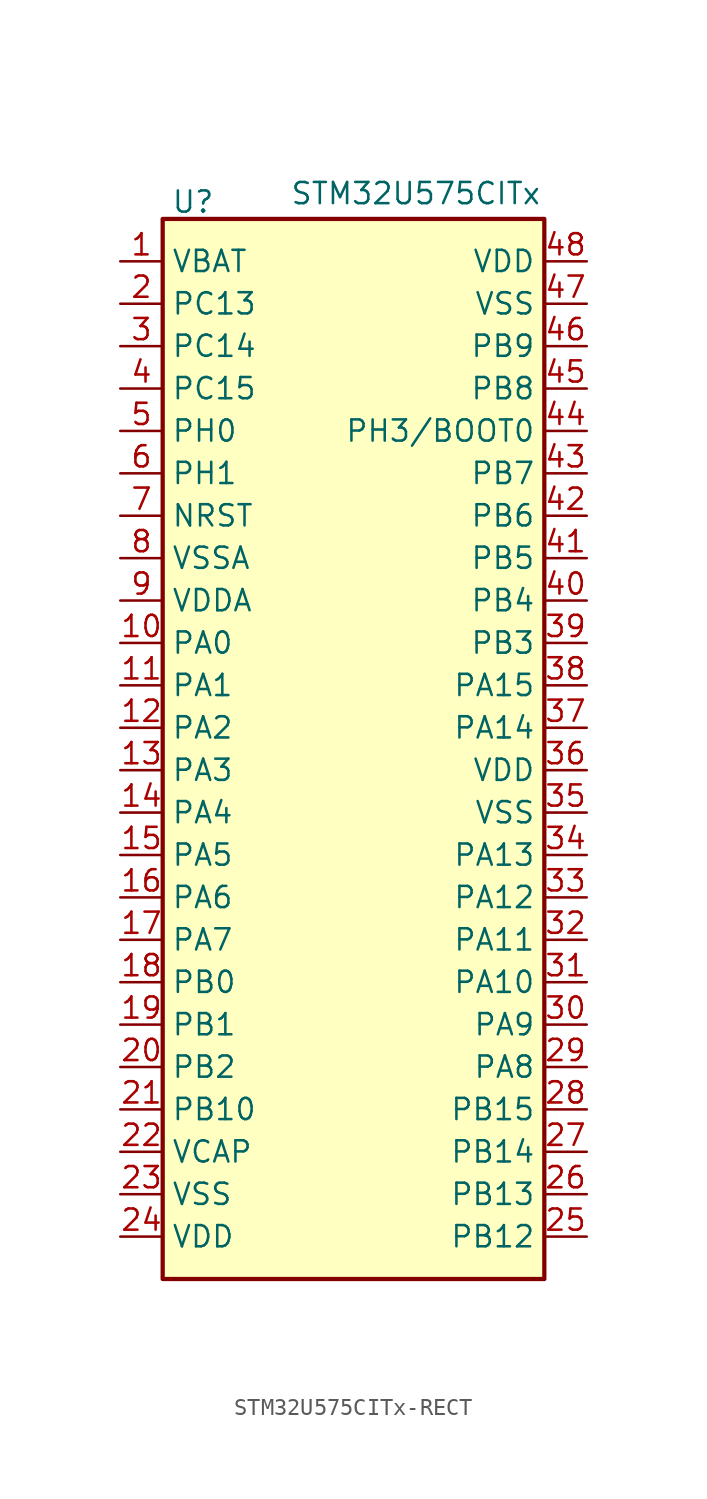
<source format=kicad_sym>
(kicad_symbol_lib
  (version 20241209)
  (generator "kicad_symbol_editor")
  (generator_version "9.0")
  (symbol "STM32U575CITx-RECT"
    (property "Reference" "U"
      (at -12.192 34.036 0)
      (effects (font (size 1.27 1.27)) (justify left)))
    (property "Value" "STM32U575CITx"
      (at -5.08 34.544 0)
      (effects (font (size 1.27 1.27)) (justify left)))
    (symbol "STM32U575CITx-RECT_0_1"
      (rectangle (start -12.7 33.02) (end 10.16 -30.48) (stroke (width 0.254) (type default)) (fill (type background))))
    (symbol "STM32U575CITx-RECT_1_1"
      (pin power_in line (at -15.24 30.48 0) (length 2.54) (name "VBAT" (effects (font (size 1.27 1.27)))) (number "1" (effects (font (size 1.27 1.27)))))
      (pin bidirectional line (at -15.24 27.94 0) (length 2.54) (name "PC13" (effects (font (size 1.27 1.27)))) (number "2" (effects (font (size 1.27 1.27)))) (alternate "PWR_WKUP2" bidirectional line) (alternate "RTC_OUT1" bidirectional line) (alternate "RTC_TS" bidirectional line) (alternate "TAMP_IN1" bidirectional line) (alternate "TAMP_OUT2" bidirectional line))
      (pin bidirectional line (at -15.24 25.4 0) (length 2.54) (name "PC14" (effects (font (size 1.27 1.27)))) (number "3" (effects (font (size 1.27 1.27)))) (alternate "RCC_OSC32_IN" bidirectional line))
      (pin bidirectional line (at -15.24 22.86 0) (length 2.54) (name "PC15" (effects (font (size 1.27 1.27)))) (number "4" (effects (font (size 1.27 1.27)))) (alternate "ADC1_EXTI15" bidirectional line) (alternate "ADC4_EXTI15" bidirectional line) (alternate "RCC_OSC32_OUT" bidirectional line))
      (pin bidirectional line (at -15.24 20.32 0) (length 2.54) (name "PH0" (effects (font (size 1.27 1.27)))) (number "5" (effects (font (size 1.27 1.27)))) (alternate "RCC_OSC_IN" bidirectional line))
      (pin bidirectional line (at -15.24 17.78 0) (length 2.54) (name "PH1" (effects (font (size 1.27 1.27)))) (number "6" (effects (font (size 1.27 1.27)))) (alternate "RCC_OSC_OUT" bidirectional line))
      (pin input line (at -15.24 15.24 0) (length 2.54) (name "NRST" (effects (font (size 1.27 1.27)))) (number "7" (effects (font (size 1.27 1.27)))))
      (pin power_in line (at -15.24 12.7 0) (length 2.54) (name "VSSA" (effects (font (size 1.27 1.27)))) (number "8" (effects (font (size 1.27 1.27)))))
      (pin power_in line (at -15.24 10.16 0) (length 2.54) (name "VDDA" (effects (font (size 1.27 1.27)))) (number "9" (effects (font (size 1.27 1.27)))))
      (pin bidirectional line (at -15.24 7.62 0) (length 2.54) (name "PA0" (effects (font (size 1.27 1.27)))) (number "10" (effects (font (size 1.27 1.27)))) (alternate "ADC1_IN5" bidirectional line) (alternate "AUDIOCLK" bidirectional line) (alternate "OCTOSPIM_P2_NCS" bidirectional line) (alternate "OPAMP1_VINP" bidirectional line) (alternate "PWR_WKUP1" bidirectional line) (alternate "SPI3_RDY" bidirectional line) (alternate "TAMP_IN2" bidirectional line) (alternate "TAMP_OUT1" bidirectional line) (alternate "TIM2_CH1" bidirectional line) (alternate "TIM2_ETR" bidirectional line) (alternate "TIM5_CH1" bidirectional line) (alternate "TIM8_ETR" bidirectional line) (alternate "UART4_TX" bidirectional line) (alternate "USART2_CTS" bidirectional line))
      (pin bidirectional line (at -15.24 5.08 0) (length 2.54) (name "PA1" (effects (font (size 1.27 1.27)))) (number "11" (effects (font (size 1.27 1.27)))) (alternate "ADC1_IN6" bidirectional line) (alternate "I2C1_SMBA" bidirectional line) (alternate "LPTIM1_CH2" bidirectional line) (alternate "OCTOSPIM_P1_DQS" bidirectional line) (alternate "OPAMP1_VINM" bidirectional line) (alternate "PWR_WKUP3" bidirectional line) (alternate "SPI1_SCK" bidirectional line) (alternate "TAMP_IN5" bidirectional line) (alternate "TAMP_OUT4" bidirectional line) (alternate "TIM15_CH1N" bidirectional line) (alternate "TIM2_CH2" bidirectional line) (alternate "TIM5_CH2" bidirectional line) (alternate "UART4_RX" bidirectional line) (alternate "USART2_DE" bidirectional line) (alternate "USART2_RTS" bidirectional line))
      (pin bidirectional line (at -15.24 2.54 0) (length 2.54) (name "PA2" (effects (font (size 1.27 1.27)))) (number "12" (effects (font (size 1.27 1.27)))) (alternate "ADC1_IN7" bidirectional line) (alternate "COMP1_INP" bidirectional line) (alternate "LPUART1_TX" bidirectional line) (alternate "OCTOSPIM_P1_NCS" bidirectional line) (alternate "PWR_WKUP4" bidirectional line) (alternate "RCC_LSCO" bidirectional line) (alternate "SPI1_RDY" bidirectional line) (alternate "TIM15_CH1" bidirectional line) (alternate "TIM2_CH3" bidirectional line) (alternate "TIM5_CH3" bidirectional line) (alternate "UCPD1_FRSTX1" bidirectional line) (alternate "USART2_TX" bidirectional line))
      (pin bidirectional line (at -15.24 0 0) (length 2.54) (name "PA3" (effects (font (size 1.27 1.27)))) (number "13" (effects (font (size 1.27 1.27)))) (alternate "ADC1_IN8" bidirectional line) (alternate "LPUART1_RX" bidirectional line) (alternate "OCTOSPIM_P1_CLK" bidirectional line) (alternate "OPAMP1_VOUT" bidirectional line) (alternate "PWR_WKUP5" bidirectional line) (alternate "SAI1_CK1" bidirectional line) (alternate "SAI1_MCLK_A" bidirectional line) (alternate "TIM15_CH2" bidirectional line) (alternate "TIM2_CH4" bidirectional line) (alternate "TIM5_CH4" bidirectional line) (alternate "USART2_RX" bidirectional line))
      (pin bidirectional line (at -15.24 -2.54 0) (length 2.54) (name "PA4" (effects (font (size 1.27 1.27)))) (number "14" (effects (font (size 1.27 1.27)))) (alternate "ADC1_IN9" bidirectional line) (alternate "ADC4_IN9" bidirectional line) (alternate "DAC1_OUT1" bidirectional line) (alternate "LPTIM2_CH1" bidirectional line) (alternate "OCTOSPIM_P1_NCS" bidirectional line) (alternate "PWR_WKUP2" bidirectional line) (alternate "SAI1_FS_B" bidirectional line) (alternate "SPI1_NSS" bidirectional line) (alternate "SPI3_NSS" bidirectional line) (alternate "USART2_CK" bidirectional line))
      (pin bidirectional line (at -15.24 -5.08 0) (length 2.54) (name "PA5" (effects (font (size 1.27 1.27)))) (number "15" (effects (font (size 1.27 1.27)))) (alternate "ADC1_IN10" bidirectional line) (alternate "ADC4_IN10" bidirectional line) (alternate "DAC1_OUT2" bidirectional line) (alternate "LPTIM2_ETR" bidirectional line) (alternate "PWR_CSLEEP" bidirectional line) (alternate "PWR_WKUP6" bidirectional line) (alternate "SPI1_SCK" bidirectional line) (alternate "TIM2_CH1" bidirectional line) (alternate "TIM2_ETR" bidirectional line) (alternate "TIM8_CH1N" bidirectional line) (alternate "USART3_RX" bidirectional line))
      (pin bidirectional line (at -15.24 -7.62 0) (length 2.54) (name "PA6" (effects (font (size 1.27 1.27)))) (number "16" (effects (font (size 1.27 1.27)))) (alternate "ADC1_IN11" bidirectional line) (alternate "ADC4_IN11" bidirectional line) (alternate "LPUART1_CTS" bidirectional line) (alternate "OCTOSPIM_P1_IO3" bidirectional line) (alternate "OPAMP2_VINP" bidirectional line) (alternate "PWR_CDSTOP" bidirectional line) (alternate "PWR_WKUP7" bidirectional line) (alternate "SPI1_MISO" bidirectional line) (alternate "TIM16_CH1" bidirectional line) (alternate "TIM1_BKIN" bidirectional line) (alternate "TIM3_CH1" bidirectional line) (alternate "TIM8_BKIN" bidirectional line) (alternate "USART3_CTS" bidirectional line))
      (pin bidirectional line (at -15.24 -10.16 0) (length 2.54) (name "PA7" (effects (font (size 1.27 1.27)))) (number "17" (effects (font (size 1.27 1.27)))) (alternate "ADC1_IN12" bidirectional line) (alternate "ADC4_IN20" bidirectional line) (alternate "I2C3_SCL" bidirectional line) (alternate "LPTIM2_CH2" bidirectional line) (alternate "OCTOSPIM_P1_IO2" bidirectional line) (alternate "OPAMP2_VINM" bidirectional line) (alternate "PWR_SRDSTOP" bidirectional line) (alternate "PWR_WKUP8" bidirectional line) (alternate "SPI1_MOSI" bidirectional line) (alternate "TIM17_CH1" bidirectional line) (alternate "TIM1_CH1N" bidirectional line) (alternate "TIM3_CH2" bidirectional line) (alternate "TIM8_CH1N" bidirectional line) (alternate "USART3_TX" bidirectional line))
      (pin bidirectional line (at -15.24 -12.7 0) (length 2.54) (name "PB0" (effects (font (size 1.27 1.27)))) (number "18" (effects (font (size 1.27 1.27)))) (alternate "ADC1_IN15" bidirectional line) (alternate "ADC4_IN18" bidirectional line) (alternate "AUDIOCLK" bidirectional line) (alternate "COMP1_OUT" bidirectional line) (alternate "LPTIM3_CH1" bidirectional line) (alternate "OCTOSPIM_P1_IO1" bidirectional line) (alternate "OPAMP2_VOUT" bidirectional line) (alternate "SPI1_NSS" bidirectional line) (alternate "TIM1_CH2N" bidirectional line) (alternate "TIM3_CH3" bidirectional line) (alternate "TIM8_CH2N" bidirectional line) (alternate "USART3_CK" bidirectional line))
      (pin bidirectional line (at -15.24 -15.24 0) (length 2.54) (name "PB1" (effects (font (size 1.27 1.27)))) (number "19" (effects (font (size 1.27 1.27)))) (alternate "ADC1_IN16" bidirectional line) (alternate "ADC4_IN19" bidirectional line) (alternate "COMP1_INM" bidirectional line) (alternate "LPTIM2_IN1" bidirectional line) (alternate "LPTIM3_CH2" bidirectional line) (alternate "LPUART1_DE" bidirectional line) (alternate "LPUART1_RTS" bidirectional line) (alternate "MDF1_SDI0" bidirectional line) (alternate "OCTOSPIM_P1_IO0" bidirectional line) (alternate "PWR_WKUP4" bidirectional line) (alternate "TIM1_CH3N" bidirectional line) (alternate "TIM3_CH4" bidirectional line) (alternate "TIM8_CH3N" bidirectional line) (alternate "USART3_DE" bidirectional line) (alternate "USART3_RTS" bidirectional line))
      (pin bidirectional line (at -15.24 -17.78 0) (length 2.54) (name "PB2" (effects (font (size 1.27 1.27)))) (number "20" (effects (font (size 1.27 1.27)))) (alternate "ADC1_IN17" bidirectional line) (alternate "COMP1_INP" bidirectional line) (alternate "I2C3_SMBA" bidirectional line) (alternate "LPTIM1_CH1" bidirectional line) (alternate "MDF1_CKI0" bidirectional line) (alternate "OCTOSPIM_P1_DQS" bidirectional line) (alternate "PWR_WKUP1" bidirectional line) (alternate "RTC_OUT2" bidirectional line) (alternate "SPI1_RDY" bidirectional line) (alternate "TIM8_CH4N" bidirectional line) (alternate "UCPD1_FRSTX1" bidirectional line))
      (pin bidirectional line (at -15.24 -20.32 0) (length 2.54) (name "PB10" (effects (font (size 1.27 1.27)))) (number "21" (effects (font (size 1.27 1.27)))) (alternate "COMP1_OUT" bidirectional line) (alternate "I2C2_SCL" bidirectional line) (alternate "I2C4_SCL" bidirectional line) (alternate "LPTIM3_CH1" bidirectional line) (alternate "LPUART1_RX" bidirectional line) (alternate "OCTOSPIM_P1_CLK" bidirectional line) (alternate "PWR_WKUP8" bidirectional line) (alternate "SAI1_SCK_A" bidirectional line) (alternate "SPI2_SCK" bidirectional line) (alternate "TIM2_CH3" bidirectional line) (alternate "TSC_SYNC" bidirectional line) (alternate "USART3_TX" bidirectional line))
      (pin power_out line (at -15.24 -22.86 0) (length 2.54) (name "VCAP" (effects (font (size 1.27 1.27)))) (number "22" (effects (font (size 1.27 1.27)))))
      (pin power_in line (at -15.24 -25.4 0) (length 2.54) (name "VSS" (effects (font (size 1.27 1.27)))) (number "23" (effects (font (size 1.27 1.27)))))
      (pin power_in line (at -15.24 -27.94 0) (length 2.54) (name "VDD" (effects (font (size 1.27 1.27)))) (number "24" (effects (font (size 1.27 1.27)))))
      (pin power_in line (at 12.7 30.48 180) (length 2.54) (name "VDD" (effects (font (size 1.27 1.27)))) (number "48" (effects (font (size 1.27 1.27)))))
      (pin power_in line (at 12.7 27.94 180) (length 2.54) (name "VSS" (effects (font (size 1.27 1.27)))) (number "47" (effects (font (size 1.27 1.27)))))
      (pin bidirectional line (at 12.7 25.4 180) (length 2.54) (name "PB9" (effects (font (size 1.27 1.27)))) (number "46" (effects (font (size 1.27 1.27)))) (alternate "DAC1_EXTI9" bidirectional line) (alternate "FDCAN1_TX" bidirectional line) (alternate "I2C1_SDA" bidirectional line) (alternate "IR_OUT" bidirectional line) (alternate "SAI1_D2" bidirectional line) (alternate "SAI1_FS_A" bidirectional line) (alternate "SPI2_NSS" bidirectional line) (alternate "TIM17_CH1" bidirectional line) (alternate "TIM4_CH4" bidirectional line))
      (pin bidirectional line (at 12.7 22.86 180) (length 2.54) (name "PB8" (effects (font (size 1.27 1.27)))) (number "45" (effects (font (size 1.27 1.27)))) (alternate "FDCAN1_RX" bidirectional line) (alternate "I2C1_SCL" bidirectional line) (alternate "MDF1_CCK0" bidirectional line) (alternate "PWR_WKUP5" bidirectional line) (alternate "SAI1_CK1" bidirectional line) (alternate "SAI1_MCLK_A" bidirectional line) (alternate "SPI3_RDY" bidirectional line) (alternate "TIM16_CH1" bidirectional line) (alternate "TIM4_CH3" bidirectional line))
      (pin bidirectional line (at 12.7 20.32 180) (length 2.54) (name "PH3/BOOT0" (effects (font (size 1.27 1.27)))) (number "44" (effects (font (size 1.27 1.27)))))
      (pin bidirectional line (at 12.7 17.78 180) (length 2.54) (name "PB7" (effects (font (size 1.27 1.27)))) (number "43" (effects (font (size 1.27 1.27)))) (alternate "COMP2_INM" bidirectional line) (alternate "I2C1_SDA" bidirectional line) (alternate "I2C4_SDA" bidirectional line) (alternate "LPTIM1_IN2" bidirectional line) (alternate "MDF1_CKI5" bidirectional line) (alternate "PWR_PVD_IN" bidirectional line) (alternate "PWR_WKUP4" bidirectional line) (alternate "TIM17_CH1N" bidirectional line) (alternate "TIM4_CH2" bidirectional line) (alternate "TIM8_BKIN" bidirectional line) (alternate "TSC_G2_IO4" bidirectional line) (alternate "UART4_CTS" bidirectional line) (alternate "USART1_RX" bidirectional line))
      (pin bidirectional line (at 12.7 15.24 180) (length 2.54) (name "PB6" (effects (font (size 1.27 1.27)))) (number "42" (effects (font (size 1.27 1.27)))) (alternate "COMP2_INP" bidirectional line) (alternate "I2C1_SCL" bidirectional line) (alternate "I2C4_SCL" bidirectional line) (alternate "LPTIM1_ETR" bidirectional line) (alternate "MDF1_SDI5" bidirectional line) (alternate "PWR_WKUP3" bidirectional line) (alternate "SAI1_FS_B" bidirectional line) (alternate "TIM16_CH1N" bidirectional line) (alternate "TIM4_CH1" bidirectional line) (alternate "TIM8_BKIN2" bidirectional line) (alternate "TSC_G2_IO3" bidirectional line) (alternate "USART1_TX" bidirectional line))
      (pin bidirectional line (at 12.7 12.7 180) (length 2.54) (name "PB5" (effects (font (size 1.27 1.27)))) (number "41" (effects (font (size 1.27 1.27)))) (alternate "COMP2_OUT" bidirectional line) (alternate "I2C1_SMBA" bidirectional line) (alternate "LPTIM1_IN1" bidirectional line) (alternate "OCTOSPIM_P1_NCLK" bidirectional line) (alternate "PWR_WKUP6" bidirectional line) (alternate "SAI1_SD_B" bidirectional line) (alternate "SPI1_MOSI" bidirectional line) (alternate "SPI3_MOSI" bidirectional line) (alternate "TIM16_BKIN" bidirectional line) (alternate "TIM3_CH2" bidirectional line) (alternate "TSC_G2_IO2" bidirectional line) (alternate "UCPD1_DBCC1" bidirectional line) (alternate "USART1_CK" bidirectional line))
      (pin bidirectional line (at 12.7 10.16 180) (length 2.54) (name "PB4" (effects (font (size 1.27 1.27)))) (number "40" (effects (font (size 1.27 1.27)))) (alternate "ADF1_SDI0" bidirectional line) (alternate "COMP2_INP" bidirectional line) (alternate "DEBUG_JTRST" bidirectional line) (alternate "I2C3_SDA" bidirectional line) (alternate "LPTIM1_CH2" bidirectional line) (alternate "SAI1_MCLK_B" bidirectional line) (alternate "SPI1_MISO" bidirectional line) (alternate "SPI3_MISO" bidirectional line) (alternate "TIM17_BKIN" bidirectional line) (alternate "TIM3_CH1" bidirectional line) (alternate "TSC_G2_IO1" bidirectional line) (alternate "USART1_CTS" bidirectional line))
      (pin bidirectional line (at 12.7 7.62 180) (length 2.54) (name "PB3" (effects (font (size 1.27 1.27)))) (number "39" (effects (font (size 1.27 1.27)))) (alternate "ADF1_CCK0" bidirectional line) (alternate "COMP2_INM" bidirectional line) (alternate "CRS_SYNC" bidirectional line) (alternate "DEBUG_JTDO-SWO" bidirectional line) (alternate "I2C1_SDA" bidirectional line) (alternate "LPTIM1_CH1" bidirectional line) (alternate "SAI1_SCK_B" bidirectional line) (alternate "SPI1_SCK" bidirectional line) (alternate "SPI3_SCK" bidirectional line) (alternate "TIM2_CH2" bidirectional line) (alternate "USART1_DE" bidirectional line) (alternate "USART1_RTS" bidirectional line))
      (pin bidirectional line (at 12.7 5.08 180) (length 2.54) (name "PA15" (effects (font (size 1.27 1.27)))) (number "38" (effects (font (size 1.27 1.27)))) (alternate "ADC1_EXTI15" bidirectional line) (alternate "ADC4_EXTI15" bidirectional line) (alternate "DEBUG_JTDI" bidirectional line) (alternate "SPI1_NSS" bidirectional line) (alternate "SPI3_NSS" bidirectional line) (alternate "TIM2_CH1" bidirectional line) (alternate "TIM2_ETR" bidirectional line) (alternate "UART4_DE" bidirectional line) (alternate "UART4_RTS" bidirectional line) (alternate "UCPD1_CC1" bidirectional line) (alternate "USART2_RX" bidirectional line) (alternate "USART3_DE" bidirectional line) (alternate "USART3_RTS" bidirectional line))
      (pin bidirectional line (at 12.7 2.54 180) (length 2.54) (name "PA14" (effects (font (size 1.27 1.27)))) (number "37" (effects (font (size 1.27 1.27)))) (alternate "DEBUG_JTCK-SWCLK" bidirectional line) (alternate "I2C1_SMBA" bidirectional line) (alternate "I2C4_SMBA" bidirectional line) (alternate "LPTIM1_CH1" bidirectional line) (alternate "SAI1_FS_B" bidirectional line) (alternate "USB_OTG_FS_SOF" bidirectional line))
      (pin power_in line (at 12.7 0 180) (length 2.54) (name "VDD" (effects (font (size 1.27 1.27)))) (number "36" (effects (font (size 1.27 1.27)))))
      (pin power_in line (at 12.7 -2.54 180) (length 2.54) (name "VSS" (effects (font (size 1.27 1.27)))) (number "35" (effects (font (size 1.27 1.27)))))
      (pin bidirectional line (at 12.7 -5.08 180) (length 2.54) (name "PA13" (effects (font (size 1.27 1.27)))) (number "34" (effects (font (size 1.27 1.27)))) (alternate "DEBUG_JTMS-SWDIO" bidirectional line) (alternate "IR_OUT" bidirectional line) (alternate "SAI1_SD_B" bidirectional line) (alternate "USB_OTG_FS_NOE" bidirectional line))
      (pin bidirectional line (at 12.7 -7.62 180) (length 2.54) (name "PA12" (effects (font (size 1.27 1.27)))) (number "33" (effects (font (size 1.27 1.27)))) (alternate "FDCAN1_TX" bidirectional line) (alternate "OCTOSPIM_P2_NCS" bidirectional line) (alternate "SPI1_MOSI" bidirectional line) (alternate "TIM1_ETR" bidirectional line) (alternate "USART1_DE" bidirectional line) (alternate "USART1_RTS" bidirectional line) (alternate "USB_OTG_FS_DP" bidirectional line))
      (pin bidirectional line (at 12.7 -10.16 180) (length 2.54) (name "PA11" (effects (font (size 1.27 1.27)))) (number "32" (effects (font (size 1.27 1.27)))) (alternate "ADC1_EXTI11" bidirectional line) (alternate "FDCAN1_RX" bidirectional line) (alternate "SPI1_MISO" bidirectional line) (alternate "TIM1_BKIN2" bidirectional line) (alternate "TIM1_CH4" bidirectional line) (alternate "USART1_CTS" bidirectional line) (alternate "USB_OTG_FS_DM" bidirectional line))
      (pin bidirectional line (at 12.7 -12.7 180) (length 2.54) (name "PA10" (effects (font (size 1.27 1.27)))) (number "31" (effects (font (size 1.27 1.27)))) (alternate "CRS_SYNC" bidirectional line) (alternate "LPTIM2_IN2" bidirectional line) (alternate "SAI1_D1" bidirectional line) (alternate "SAI1_SD_A" bidirectional line) (alternate "TIM17_BKIN" bidirectional line) (alternate "TIM1_CH3" bidirectional line) (alternate "USART1_RX" bidirectional line) (alternate "USB_OTG_FS_ID" bidirectional line))
      (pin bidirectional line (at 12.7 -15.24 180) (length 2.54) (name "PA9" (effects (font (size 1.27 1.27)))) (number "30" (effects (font (size 1.27 1.27)))) (alternate "DAC1_EXTI9" bidirectional line) (alternate "SAI1_FS_A" bidirectional line) (alternate "SPI2_SCK" bidirectional line) (alternate "TIM15_BKIN" bidirectional line) (alternate "TIM1_CH2" bidirectional line) (alternate "USART1_TX" bidirectional line) (alternate "USB_OTG_FS_VBUS" bidirectional line))
      (pin bidirectional line (at 12.7 -17.78 180) (length 2.54) (name "PA8" (effects (font (size 1.27 1.27)))) (number "29" (effects (font (size 1.27 1.27)))) (alternate "DEBUG_TRACECLK" bidirectional line) (alternate "LPTIM2_CH1" bidirectional line) (alternate "RCC_MCO" bidirectional line) (alternate "SAI1_CK2" bidirectional line) (alternate "SAI1_SCK_A" bidirectional line) (alternate "SPI1_RDY" bidirectional line) (alternate "TIM1_CH1" bidirectional line) (alternate "USART1_CK" bidirectional line) (alternate "USB_OTG_FS_SOF" bidirectional line))
      (pin bidirectional line (at 12.7 -20.32 180) (length 2.54) (name "PB15" (effects (font (size 1.27 1.27)))) (number "28" (effects (font (size 1.27 1.27)))) (alternate "ADC1_EXTI15" bidirectional line) (alternate "ADC4_EXTI15" bidirectional line) (alternate "LPTIM2_IN2" bidirectional line) (alternate "MDF1_CKI2" bidirectional line) (alternate "PWR_WKUP7" bidirectional line) (alternate "RTC_REFIN" bidirectional line) (alternate "SPI2_MOSI" bidirectional line) (alternate "TIM15_CH2" bidirectional line) (alternate "TIM1_CH3N" bidirectional line) (alternate "TIM8_CH3N" bidirectional line) (alternate "UCPD1_CC2" bidirectional line))
      (pin bidirectional line (at 12.7 -22.86 180) (length 2.54) (name "PB14" (effects (font (size 1.27 1.27)))) (number "27" (effects (font (size 1.27 1.27)))) (alternate "I2C2_SDA" bidirectional line) (alternate "LPTIM3_ETR" bidirectional line) (alternate "MDF1_SDI2" bidirectional line) (alternate "SPI2_MISO" bidirectional line) (alternate "TIM15_CH1" bidirectional line) (alternate "TIM1_CH2N" bidirectional line) (alternate "TIM8_CH2N" bidirectional line) (alternate "TSC_G1_IO3" bidirectional line) (alternate "UCPD1_DBCC2" bidirectional line) (alternate "USART3_DE" bidirectional line) (alternate "USART3_RTS" bidirectional line))
      (pin bidirectional line (at 12.7 -25.4 180) (length 2.54) (name "PB13" (effects (font (size 1.27 1.27)))) (number "26" (effects (font (size 1.27 1.27)))) (alternate "I2C2_SCL" bidirectional line) (alternate "LPTIM3_IN1" bidirectional line) (alternate "LPUART1_CTS" bidirectional line) (alternate "MDF1_CKI1" bidirectional line) (alternate "SPI2_SCK" bidirectional line) (alternate "TIM15_CH1N" bidirectional line) (alternate "TIM1_CH1N" bidirectional line) (alternate "TSC_G1_IO2" bidirectional line) (alternate "USART3_CTS" bidirectional line))
      (pin bidirectional line (at 12.7 -27.94 180) (length 2.54) (name "PB12" (effects (font (size 1.27 1.27)))) (number "25" (effects (font (size 1.27 1.27)))) (alternate "I2C2_SMBA" bidirectional line) (alternate "LPUART1_DE" bidirectional line) (alternate "LPUART1_RTS" bidirectional line) (alternate "MDF1_SDI1" bidirectional line) (alternate "OCTOSPIM_P1_NCLK" bidirectional line) (alternate "SPI2_NSS" bidirectional line) (alternate "TIM15_BKIN" bidirectional line) (alternate "TIM1_BKIN" bidirectional line) (alternate "TSC_G1_IO1" bidirectional line) (alternate "USART3_CK" bidirectional line)))))
</source>
